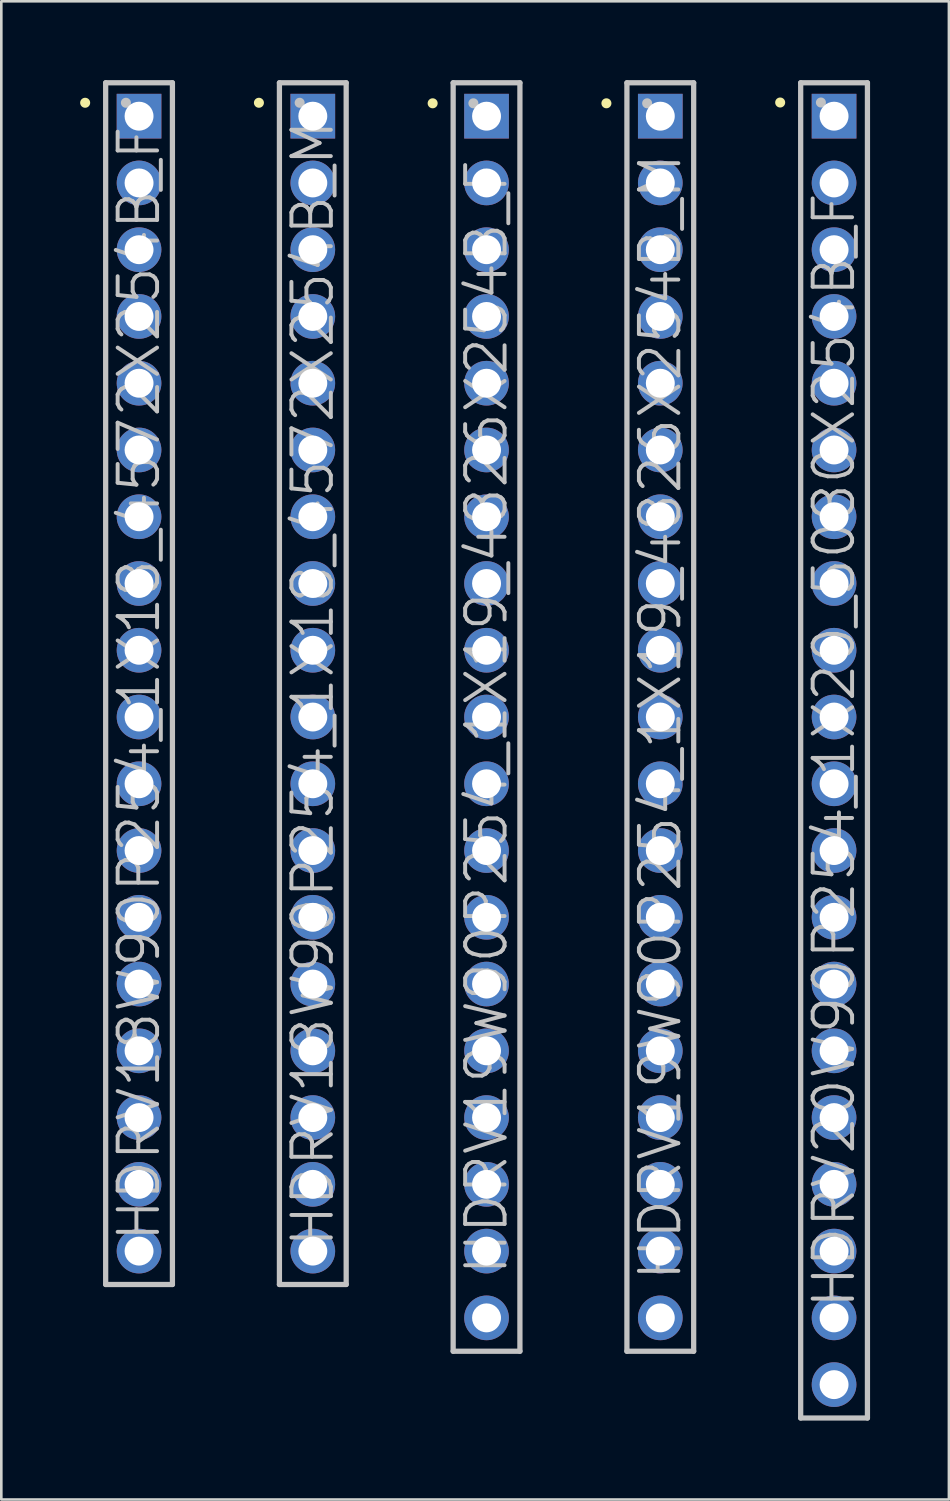
<source format=kicad_pcb>
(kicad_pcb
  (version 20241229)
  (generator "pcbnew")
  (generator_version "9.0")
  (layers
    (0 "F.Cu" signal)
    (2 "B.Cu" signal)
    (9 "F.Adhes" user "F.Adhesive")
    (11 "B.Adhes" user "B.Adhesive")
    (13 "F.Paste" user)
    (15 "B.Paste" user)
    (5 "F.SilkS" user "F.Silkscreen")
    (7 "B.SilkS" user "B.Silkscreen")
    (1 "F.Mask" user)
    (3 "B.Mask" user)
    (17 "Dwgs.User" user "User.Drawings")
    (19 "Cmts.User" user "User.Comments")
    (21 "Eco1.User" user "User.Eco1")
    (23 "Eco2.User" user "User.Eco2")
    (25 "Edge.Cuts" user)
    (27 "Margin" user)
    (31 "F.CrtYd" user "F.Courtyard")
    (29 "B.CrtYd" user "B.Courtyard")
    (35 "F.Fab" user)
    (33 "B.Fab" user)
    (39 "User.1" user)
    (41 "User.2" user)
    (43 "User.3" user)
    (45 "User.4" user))
  (footprint "HDRV19W90P254_1X19_4826X254B_M"
    (layer "F.Cu")
    (at 22.072 24.23)
    (property "Reference" "HDRV19W90P254_1X19_4826X254B_M" (at 0 0 90) (layer "Dwgs.User") (effects (font (size 1.5 1.5) (thickness 0.15))))
    (attr through_hole)
    (fp_line (start -2.05 -23.35) (end -2.05 -23.35) (stroke (width 0.381) (type solid)) (layer "F.SilkS"))
    (fp_line (start -1.27 -24.13) (end -1.27 24.13) (stroke (width 0.2) (type solid)) (layer "Dwgs.User"))
    (fp_line (start -1.27 -24.13) (end 1.27 -24.13) (stroke (width 0.2) (type solid)) (layer "Dwgs.User"))
    (fp_line (start -1.27 24.13) (end 1.27 24.13) (stroke (width 0.2) (type solid)) (layer "Dwgs.User"))
    (fp_line (start -0.5 -23.35) (end -0.5 -23.35) (stroke (width 0.381) (type solid)) (layer "Dwgs.User"))
    (fp_line (start 1.27 -24.13) (end 1.27 24.13) (stroke (width 0.2) (type solid)) (layer "Dwgs.User"))
    (pad "1" thru_hole rect (at 0 -22.86) (size 1.7 1.7) (drill 1.1) (layers "*.Cu" "*.Mask"))
    (pad "2" thru_hole circle (at 0 -20.32 270) (size 1.7 1.7) (drill 1.1) (layers "*.Cu" "*.Mask"))
    (pad "3" thru_hole circle (at 0 -17.78 270) (size 1.7 1.7) (drill 1.1) (layers "*.Cu" "*.Mask"))
    (pad "4" thru_hole circle (at 0 -15.24 270) (size 1.7 1.7) (drill 1.1) (layers "*.Cu" "*.Mask"))
    (pad "5" thru_hole circle (at 0 -12.7 270) (size 1.7 1.7) (drill 1.1) (layers "*.Cu" "*.Mask"))
    (pad "6" thru_hole circle (at 0 -10.16 270) (size 1.7 1.7) (drill 1.1) (layers "*.Cu" "*.Mask"))
    (pad "7" thru_hole circle (at 0 -7.62 270) (size 1.7 1.7) (drill 1.1) (layers "*.Cu" "*.Mask"))
    (pad "8" thru_hole circle (at 0 -5.08 270) (size 1.7 1.7) (drill 1.1) (layers "*.Cu" "*.Mask"))
    (pad "9" thru_hole circle (at 0 -2.54 270) (size 1.7 1.7) (drill 1.1) (layers "*.Cu" "*.Mask"))
    (pad "10" thru_hole circle (at 0 0 270) (size 1.7 1.7) (drill 1.1) (layers "*.Cu" "*.Mask"))
    (pad "11" thru_hole circle (at 0 2.54 270) (size 1.7 1.7) (drill 1.1) (layers "*.Cu" "*.Mask"))
    (pad "12" thru_hole circle (at 0 5.08 270) (size 1.7 1.7) (drill 1.1) (layers "*.Cu" "*.Mask"))
    (pad "13" thru_hole circle (at 0 7.62 270) (size 1.7 1.7) (drill 1.1) (layers "*.Cu" "*.Mask"))
    (pad "14" thru_hole circle (at 0 10.16 270) (size 1.7 1.7) (drill 1.1) (layers "*.Cu" "*.Mask"))
    (pad "15" thru_hole circle (at 0 12.7 270) (size 1.7 1.7) (drill 1.1) (layers "*.Cu" "*.Mask"))
    (pad "16" thru_hole circle (at 0 15.24 270) (size 1.7 1.7) (drill 1.1) (layers "*.Cu" "*.Mask"))
    (pad "17" thru_hole circle (at 0 17.78 270) (size 1.7 1.7) (drill 1.1) (layers "*.Cu" "*.Mask"))
    (pad "18" thru_hole circle (at 0 20.32 270) (size 1.7 1.7) (drill 1.1) (layers "*.Cu" "*.Mask"))
    (pad "19" thru_hole circle (at 0 22.86 270) (size 1.7 1.7) (drill 1.1) (layers "*.Cu" "*.Mask")))
  (footprint "HDRV18W90P254_1X18_4572X254B_M"
    (layer "F.Cu")
    (at 8.851 22.96)
    (property "Reference" "HDRV18W90P254_1X18_4572X254B_M" (at 0 0 90) (layer "Dwgs.User") (effects (font (size 1.5 1.5) (thickness 0.15))))
    (attr through_hole)
    (fp_line (start -2.05 -22.1) (end -2.05 -22.1) (stroke (width 0.381) (type solid)) (layer "F.SilkS"))
    (fp_line (start -1.27 -22.86) (end -1.27 22.86) (stroke (width 0.2) (type solid)) (layer "Dwgs.User"))
    (fp_line (start -1.27 -22.86) (end 1.27 -22.86) (stroke (width 0.2) (type solid)) (layer "Dwgs.User"))
    (fp_line (start -1.27 22.86) (end 1.27 22.86) (stroke (width 0.2) (type solid)) (layer "Dwgs.User"))
    (fp_line (start -0.5 -22.1) (end -0.5 -22.1) (stroke (width 0.381) (type solid)) (layer "Dwgs.User"))
    (fp_line (start 1.27 -22.86) (end 1.27 22.86) (stroke (width 0.2) (type solid)) (layer "Dwgs.User"))
    (pad "1" thru_hole rect (at 0 -21.59) (size 1.7 1.7) (drill 1.1) (layers "*.Cu" "*.Mask"))
    (pad "2" thru_hole circle (at 0 -19.05 270) (size 1.7 1.7) (drill 1.1) (layers "*.Cu" "*.Mask"))
    (pad "3" thru_hole circle (at 0 -16.51 270) (size 1.7 1.7) (drill 1.1) (layers "*.Cu" "*.Mask"))
    (pad "4" thru_hole circle (at 0 -13.97 270) (size 1.7 1.7) (drill 1.1) (layers "*.Cu" "*.Mask"))
    (pad "5" thru_hole circle (at 0 -11.43 270) (size 1.7 1.7) (drill 1.1) (layers "*.Cu" "*.Mask"))
    (pad "6" thru_hole circle (at 0 -8.89 270) (size 1.7 1.7) (drill 1.1) (layers "*.Cu" "*.Mask"))
    (pad "7" thru_hole circle (at 0 -6.35 270) (size 1.7 1.7) (drill 1.1) (layers "*.Cu" "*.Mask"))
    (pad "8" thru_hole circle (at 0 -3.81 270) (size 1.7 1.7) (drill 1.1) (layers "*.Cu" "*.Mask"))
    (pad "9" thru_hole circle (at 0 -1.27 270) (size 1.7 1.7) (drill 1.1) (layers "*.Cu" "*.Mask"))
    (pad "10" thru_hole circle (at 0 1.27 270) (size 1.7 1.7) (drill 1.1) (layers "*.Cu" "*.Mask"))
    (pad "11" thru_hole circle (at 0 3.81 270) (size 1.7 1.7) (drill 1.1) (layers "*.Cu" "*.Mask"))
    (pad "12" thru_hole circle (at 0 6.35 270) (size 1.7 1.7) (drill 1.1) (layers "*.Cu" "*.Mask"))
    (pad "13" thru_hole circle (at 0 8.89 270) (size 1.7 1.7) (drill 1.1) (layers "*.Cu" "*.Mask"))
    (pad "14" thru_hole circle (at 0 11.43 270) (size 1.7 1.7) (drill 1.1) (layers "*.Cu" "*.Mask"))
    (pad "15" thru_hole circle (at 0 13.97 270) (size 1.7 1.7) (drill 1.1) (layers "*.Cu" "*.Mask"))
    (pad "16" thru_hole circle (at 0 16.51 270) (size 1.7 1.7) (drill 1.1) (layers "*.Cu" "*.Mask"))
    (pad "17" thru_hole circle (at 0 19.05 270) (size 1.7 1.7) (drill 1.1) (layers "*.Cu" "*.Mask"))
    (pad "18" thru_hole circle (at 0 21.59 270) (size 1.7 1.7) (drill 1.1) (layers "*.Cu" "*.Mask")))
  (footprint "HDRV19W90P254_1X19_4826X254B_F"
    (layer "F.Cu")
    (at 15.461 24.23)
    (property "Reference" "HDRV19W90P254_1X19_4826X254B_F" (at 0 0 90) (layer "Dwgs.User") (effects (font (size 1.5 1.5) (thickness 0.15))))
    (attr through_hole)
    (fp_line (start -2.05 -23.35) (end -2.05 -23.35) (stroke (width 0.381) (type solid)) (layer "F.SilkS"))
    (fp_line (start -1.27 -24.13) (end -1.27 24.13) (stroke (width 0.2) (type solid)) (layer "Dwgs.User"))
    (fp_line (start -1.27 -24.13) (end 1.27 -24.13) (stroke (width 0.2) (type solid)) (layer "Dwgs.User"))
    (fp_line (start -1.27 24.13) (end 1.27 24.13) (stroke (width 0.2) (type solid)) (layer "Dwgs.User"))
    (fp_line (start -0.5 -23.35) (end -0.5 -23.35) (stroke (width 0.381) (type solid)) (layer "Dwgs.User"))
    (fp_line (start 1.27 -24.13) (end 1.27 24.13) (stroke (width 0.2) (type solid)) (layer "Dwgs.User"))
    (pad "1" thru_hole rect (at 0 -22.86) (size 1.7 1.7) (drill 1.1) (layers "*.Cu" "*.Mask"))
    (pad "2" thru_hole circle (at 0 -20.32 270) (size 1.7 1.7) (drill 1.1) (layers "*.Cu" "*.Mask"))
    (pad "3" thru_hole circle (at 0 -17.78 270) (size 1.7 1.7) (drill 1.1) (layers "*.Cu" "*.Mask"))
    (pad "4" thru_hole circle (at 0 -15.24 270) (size 1.7 1.7) (drill 1.1) (layers "*.Cu" "*.Mask"))
    (pad "5" thru_hole circle (at 0 -12.7 270) (size 1.7 1.7) (drill 1.1) (layers "*.Cu" "*.Mask"))
    (pad "6" thru_hole circle (at 0 -10.16 270) (size 1.7 1.7) (drill 1.1) (layers "*.Cu" "*.Mask"))
    (pad "7" thru_hole circle (at 0 -7.62 270) (size 1.7 1.7) (drill 1.1) (layers "*.Cu" "*.Mask"))
    (pad "8" thru_hole circle (at 0 -5.08 270) (size 1.7 1.7) (drill 1.1) (layers "*.Cu" "*.Mask"))
    (pad "9" thru_hole circle (at 0 -2.54 270) (size 1.7 1.7) (drill 1.1) (layers "*.Cu" "*.Mask"))
    (pad "10" thru_hole circle (at 0 0 270) (size 1.7 1.7) (drill 1.1) (layers "*.Cu" "*.Mask"))
    (pad "11" thru_hole circle (at 0 2.54 270) (size 1.7 1.7) (drill 1.1) (layers "*.Cu" "*.Mask"))
    (pad "12" thru_hole circle (at 0 5.08 270) (size 1.7 1.7) (drill 1.1) (layers "*.Cu" "*.Mask"))
    (pad "13" thru_hole circle (at 0 7.62 270) (size 1.7 1.7) (drill 1.1) (layers "*.Cu" "*.Mask"))
    (pad "14" thru_hole circle (at 0 10.16 270) (size 1.7 1.7) (drill 1.1) (layers "*.Cu" "*.Mask"))
    (pad "15" thru_hole circle (at 0 12.7 270) (size 1.7 1.7) (drill 1.1) (layers "*.Cu" "*.Mask"))
    (pad "16" thru_hole circle (at 0 15.24 270) (size 1.7 1.7) (drill 1.1) (layers "*.Cu" "*.Mask"))
    (pad "17" thru_hole circle (at 0 17.78 270) (size 1.7 1.7) (drill 1.1) (layers "*.Cu" "*.Mask"))
    (pad "18" thru_hole circle (at 0 20.32 270) (size 1.7 1.7) (drill 1.1) (layers "*.Cu" "*.Mask"))
    (pad "19" thru_hole circle (at 0 22.86 270) (size 1.7 1.7) (drill 1.1) (layers "*.Cu" "*.Mask")))
  (footprint "HDRV20W90P254_1X20_5080X254B_F"
    (layer "F.Cu")
    (at 28.683 25.5)
    (property "Reference" "HDRV20W90P254_1X20_5080X254B_F" (at 0 0 90) (layer "Dwgs.User") (effects (font (size 1.5 1.5) (thickness 0.15))))
    (attr through_hole)
    (fp_line (start -2.05 -24.65) (end -2.05 -24.65) (stroke (width 0.381) (type solid)) (layer "F.SilkS"))
    (fp_line (start -1.27 -25.4) (end -1.27 25.4) (stroke (width 0.2) (type solid)) (layer "Dwgs.User"))
    (fp_line (start -1.27 -25.4) (end 1.27 -25.4) (stroke (width 0.2) (type solid)) (layer "Dwgs.User"))
    (fp_line (start -1.27 25.4) (end 1.27 25.4) (stroke (width 0.2) (type solid)) (layer "Dwgs.User"))
    (fp_line (start -0.5 -24.65) (end -0.5 -24.65) (stroke (width 0.381) (type solid)) (layer "Dwgs.User"))
    (fp_line (start 1.27 -25.4) (end 1.27 25.4) (stroke (width 0.2) (type solid)) (layer "Dwgs.User"))
    (pad "1" thru_hole rect (at 0 -24.13) (size 1.7 1.7) (drill 1.1) (layers "*.Cu" "*.Mask"))
    (pad "2" thru_hole circle (at 0 -21.59 270) (size 1.7 1.7) (drill 1.1) (layers "*.Cu" "*.Mask"))
    (pad "3" thru_hole circle (at 0 -19.05 270) (size 1.7 1.7) (drill 1.1) (layers "*.Cu" "*.Mask"))
    (pad "4" thru_hole circle (at 0 -16.51 270) (size 1.7 1.7) (drill 1.1) (layers "*.Cu" "*.Mask"))
    (pad "5" thru_hole circle (at 0 -13.97 270) (size 1.7 1.7) (drill 1.1) (layers "*.Cu" "*.Mask"))
    (pad "6" thru_hole circle (at 0 -11.43 270) (size 1.7 1.7) (drill 1.1) (layers "*.Cu" "*.Mask"))
    (pad "7" thru_hole circle (at 0 -8.89 270) (size 1.7 1.7) (drill 1.1) (layers "*.Cu" "*.Mask"))
    (pad "8" thru_hole circle (at 0 -6.35 270) (size 1.7 1.7) (drill 1.1) (layers "*.Cu" "*.Mask"))
    (pad "9" thru_hole circle (at 0 -3.81 270) (size 1.7 1.7) (drill 1.1) (layers "*.Cu" "*.Mask"))
    (pad "10" thru_hole circle (at 0 -1.27 270) (size 1.7 1.7) (drill 1.1) (layers "*.Cu" "*.Mask"))
    (pad "11" thru_hole circle (at 0 1.27 270) (size 1.7 1.7) (drill 1.1) (layers "*.Cu" "*.Mask"))
    (pad "12" thru_hole circle (at 0 3.81 270) (size 1.7 1.7) (drill 1.1) (layers "*.Cu" "*.Mask"))
    (pad "13" thru_hole circle (at 0 6.35 270) (size 1.7 1.7) (drill 1.1) (layers "*.Cu" "*.Mask"))
    (pad "14" thru_hole circle (at 0 8.89 270) (size 1.7 1.7) (drill 1.1) (layers "*.Cu" "*.Mask"))
    (pad "15" thru_hole circle (at 0 11.43 270) (size 1.7 1.7) (drill 1.1) (layers "*.Cu" "*.Mask"))
    (pad "16" thru_hole circle (at 0 13.97 270) (size 1.7 1.7) (drill 1.1) (layers "*.Cu" "*.Mask"))
    (pad "17" thru_hole circle (at 0 16.51 270) (size 1.7 1.7) (drill 1.1) (layers "*.Cu" "*.Mask"))
    (pad "18" thru_hole circle (at 0 19.05 270) (size 1.7 1.7) (drill 1.1) (layers "*.Cu" "*.Mask"))
    (pad "19" thru_hole circle (at 0 21.59 270) (size 1.7 1.7) (drill 1.1) (layers "*.Cu" "*.Mask"))
    (pad "20" thru_hole circle (at 0 24.13 270) (size 1.7 1.7) (drill 1.1) (layers "*.Cu" "*.Mask")))
  (footprint "HDRV18W90P254_1X18_4572X254B_F"
    (layer "F.Cu")
    (at 2.24 22.96)
    (property "Reference" "HDRV18W90P254_1X18_4572X254B_F" (at 0 0 90) (layer "Dwgs.User") (effects (font (size 1.5 1.5) (thickness 0.15))))
    (attr through_hole)
    (fp_line (start -2.05 -22.1) (end -2.05 -22.1) (stroke (width 0.381) (type solid)) (layer "F.SilkS"))
    (fp_line (start -1.27 -22.86) (end -1.27 22.86) (stroke (width 0.2) (type solid)) (layer "Dwgs.User"))
    (fp_line (start -1.27 -22.86) (end 1.27 -22.86) (stroke (width 0.2) (type solid)) (layer "Dwgs.User"))
    (fp_line (start -1.27 22.86) (end 1.27 22.86) (stroke (width 0.2) (type solid)) (layer "Dwgs.User"))
    (fp_line (start -0.5 -22.1) (end -0.5 -22.1) (stroke (width 0.381) (type solid)) (layer "Dwgs.User"))
    (fp_line (start 1.27 -22.86) (end 1.27 22.86) (stroke (width 0.2) (type solid)) (layer "Dwgs.User"))
    (pad "1" thru_hole rect (at 0 -21.59) (size 1.7 1.7) (drill 1.1) (layers "*.Cu" "*.Mask"))
    (pad "2" thru_hole circle (at 0 -19.05 270) (size 1.7 1.7) (drill 1.1) (layers "*.Cu" "*.Mask"))
    (pad "3" thru_hole circle (at 0 -16.51 270) (size 1.7 1.7) (drill 1.1) (layers "*.Cu" "*.Mask"))
    (pad "4" thru_hole circle (at 0 -13.97 270) (size 1.7 1.7) (drill 1.1) (layers "*.Cu" "*.Mask"))
    (pad "5" thru_hole circle (at 0 -11.43 270) (size 1.7 1.7) (drill 1.1) (layers "*.Cu" "*.Mask"))
    (pad "6" thru_hole circle (at 0 -8.89 270) (size 1.7 1.7) (drill 1.1) (layers "*.Cu" "*.Mask"))
    (pad "7" thru_hole circle (at 0 -6.35 270) (size 1.7 1.7) (drill 1.1) (layers "*.Cu" "*.Mask"))
    (pad "8" thru_hole circle (at 0 -3.81 270) (size 1.7 1.7) (drill 1.1) (layers "*.Cu" "*.Mask"))
    (pad "9" thru_hole circle (at 0 -1.27 270) (size 1.7 1.7) (drill 1.1) (layers "*.Cu" "*.Mask"))
    (pad "10" thru_hole circle (at 0 1.27 270) (size 1.7 1.7) (drill 1.1) (layers "*.Cu" "*.Mask"))
    (pad "11" thru_hole circle (at 0 3.81 270) (size 1.7 1.7) (drill 1.1) (layers "*.Cu" "*.Mask"))
    (pad "12" thru_hole circle (at 0 6.35 270) (size 1.7 1.7) (drill 1.1) (layers "*.Cu" "*.Mask"))
    (pad "13" thru_hole circle (at 0 8.89 270) (size 1.7 1.7) (drill 1.1) (layers "*.Cu" "*.Mask"))
    (pad "14" thru_hole circle (at 0 11.43 270) (size 1.7 1.7) (drill 1.1) (layers "*.Cu" "*.Mask"))
    (pad "15" thru_hole circle (at 0 13.97 270) (size 1.7 1.7) (drill 1.1) (layers "*.Cu" "*.Mask"))
    (pad "16" thru_hole circle (at 0 16.51 270) (size 1.7 1.7) (drill 1.1) (layers "*.Cu" "*.Mask"))
    (pad "17" thru_hole circle (at 0 19.05 270) (size 1.7 1.7) (drill 1.1) (layers "*.Cu" "*.Mask"))
    (pad "18" thru_hole circle (at 0 21.59 270) (size 1.7 1.7) (drill 1.1) (layers "*.Cu" "*.Mask")))
  (gr_rect
    (start -3 -3)
    (end 33.053 54)
    (stroke (width 0.1) (type default))
    (fill no)
    (layer "Edge.Cuts")))
</source>
